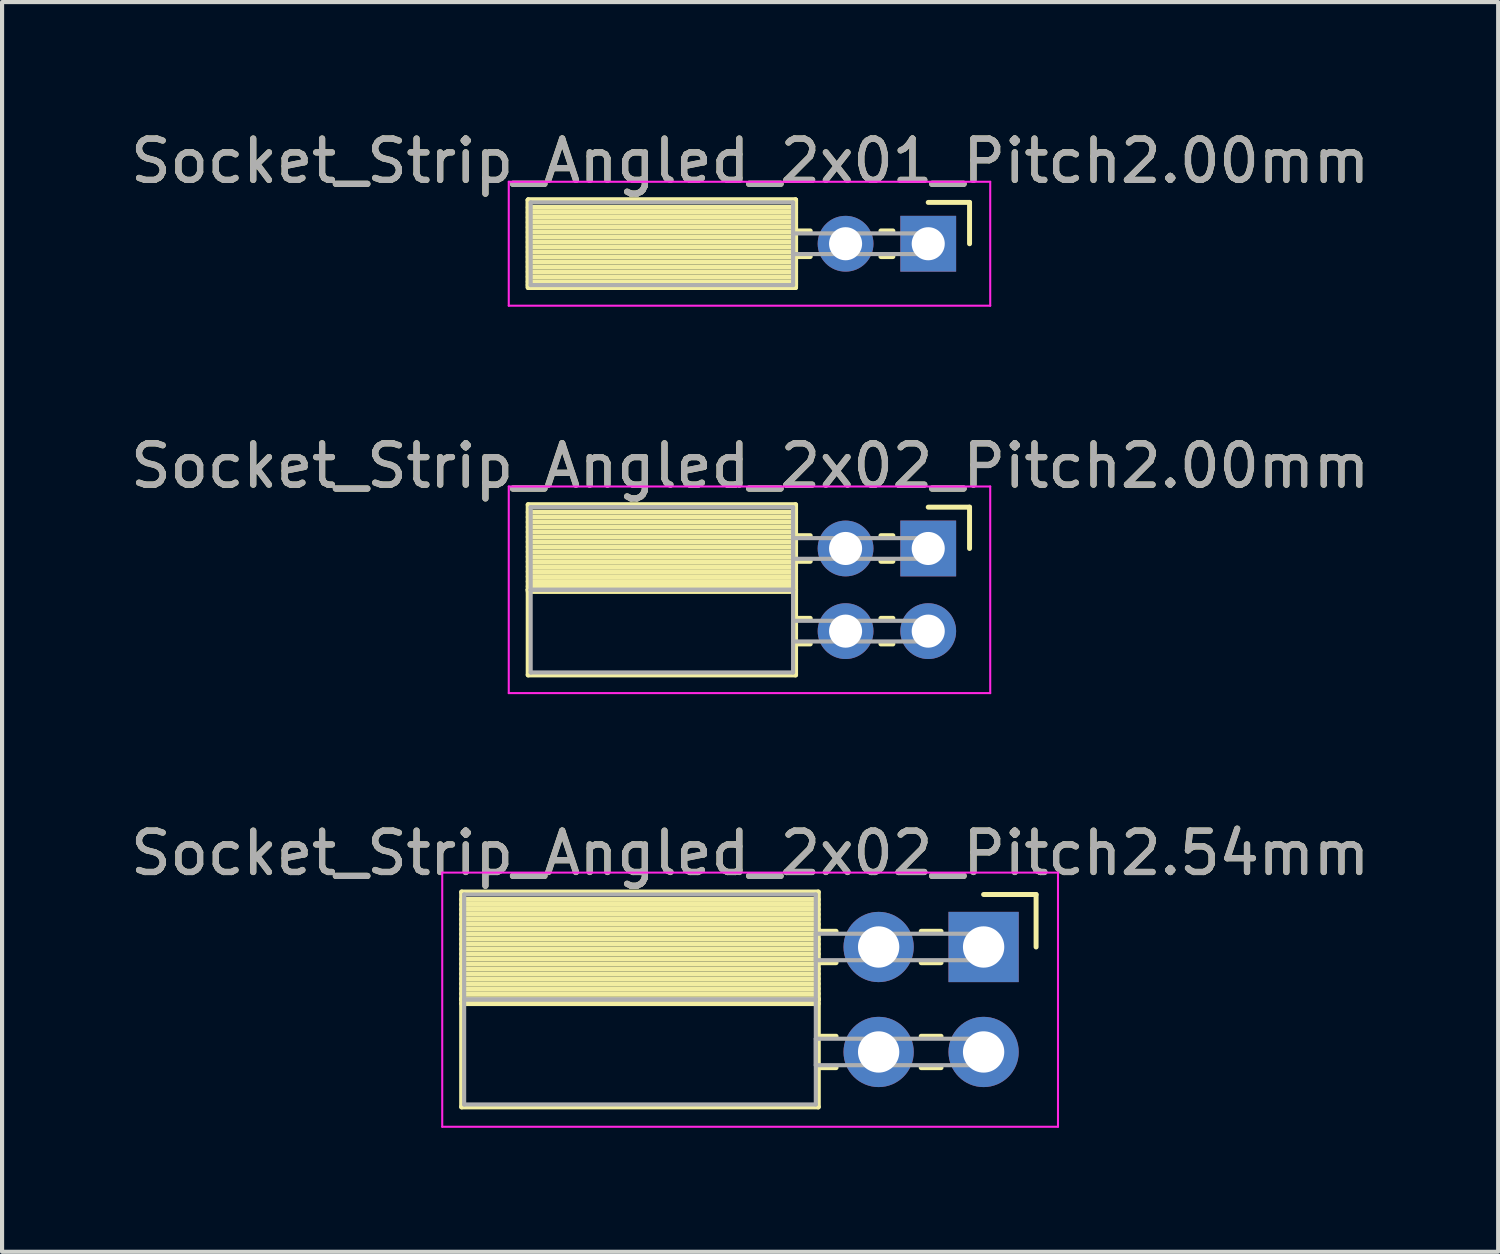
<source format=kicad_pcb>
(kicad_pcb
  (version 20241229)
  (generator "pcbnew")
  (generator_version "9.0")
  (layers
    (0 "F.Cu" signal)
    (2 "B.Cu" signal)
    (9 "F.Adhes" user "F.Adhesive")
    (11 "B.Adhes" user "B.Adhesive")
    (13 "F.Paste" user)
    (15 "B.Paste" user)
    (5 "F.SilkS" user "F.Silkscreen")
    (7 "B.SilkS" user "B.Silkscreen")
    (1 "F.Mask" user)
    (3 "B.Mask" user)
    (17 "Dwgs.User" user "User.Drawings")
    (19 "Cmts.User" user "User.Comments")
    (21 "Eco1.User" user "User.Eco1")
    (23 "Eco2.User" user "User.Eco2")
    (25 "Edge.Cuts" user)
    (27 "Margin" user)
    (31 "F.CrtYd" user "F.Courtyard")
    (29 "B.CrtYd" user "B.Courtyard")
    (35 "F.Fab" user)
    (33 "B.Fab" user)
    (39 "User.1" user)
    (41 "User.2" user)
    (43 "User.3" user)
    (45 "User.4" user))
  (footprint "Socket_Strip_Angled_2x02_Pitch2.00mm"
    (layer "F.Cu")
    (at 19.411 10.222)
    (property "Reference" "Socket_Strip_Angled_2x02_Pitch2.00mm" (at -4.31 -2 0) (layer "F.SilkS") (effects (font (size 1 1) (thickness 0.15))))
    (attr through_hole)
    (fp_line (start -9.68 -1.06) (end -3.21 -1.06) (stroke (width 0.12) (type solid)) (layer "F.SilkS"))
    (fp_line (start -9.68 1) (end -9.68 -1.06) (stroke (width 0.12) (type solid)) (layer "F.SilkS"))
    (fp_line (start -9.68 1) (end -3.21 1) (stroke (width 0.12) (type solid)) (layer "F.SilkS"))
    (fp_line (start -9.68 3.06) (end -9.68 1) (stroke (width 0.12) (type solid)) (layer "F.SilkS"))
    (fp_line (start -3.21 -1.06) (end -3.21 1) (stroke (width 0.12) (type solid)) (layer "F.SilkS"))
    (fp_line (start -3.21 -0.88) (end -9.68 -0.88) (stroke (width 0.12) (type solid)) (layer "F.SilkS"))
    (fp_line (start -3.21 -0.76) (end -9.68 -0.76) (stroke (width 0.12) (type solid)) (layer "F.SilkS"))
    (fp_line (start -3.21 -0.64) (end -9.68 -0.64) (stroke (width 0.12) (type solid)) (layer "F.SilkS"))
    (fp_line (start -3.21 -0.52) (end -9.68 -0.52) (stroke (width 0.12) (type solid)) (layer "F.SilkS"))
    (fp_line (start -3.21 -0.4) (end -9.68 -0.4) (stroke (width 0.12) (type solid)) (layer "F.SilkS"))
    (fp_line (start -3.21 -0.28) (end -9.68 -0.28) (stroke (width 0.12) (type solid)) (layer "F.SilkS"))
    (fp_line (start -3.21 -0.16) (end -9.68 -0.16) (stroke (width 0.12) (type solid)) (layer "F.SilkS"))
    (fp_line (start -3.21 -0.04) (end -9.68 -0.04) (stroke (width 0.12) (type solid)) (layer "F.SilkS"))
    (fp_line (start -3.21 0.08) (end -9.68 0.08) (stroke (width 0.12) (type solid)) (layer "F.SilkS"))
    (fp_line (start -3.21 0.2) (end -9.68 0.2) (stroke (width 0.12) (type solid)) (layer "F.SilkS"))
    (fp_line (start -3.21 0.32) (end -9.68 0.32) (stroke (width 0.12) (type solid)) (layer "F.SilkS"))
    (fp_line (start -3.21 0.44) (end -9.68 0.44) (stroke (width 0.12) (type solid)) (layer "F.SilkS"))
    (fp_line (start -3.21 0.56) (end -9.68 0.56) (stroke (width 0.12) (type solid)) (layer "F.SilkS"))
    (fp_line (start -3.21 0.68) (end -9.68 0.68) (stroke (width 0.12) (type solid)) (layer "F.SilkS"))
    (fp_line (start -3.21 0.8) (end -9.68 0.8) (stroke (width 0.12) (type solid)) (layer "F.SilkS"))
    (fp_line (start -3.21 0.92) (end -9.68 0.92) (stroke (width 0.12) (type solid)) (layer "F.SilkS"))
    (fp_line (start -3.21 1) (end -9.68 1) (stroke (width 0.12) (type solid)) (layer "F.SilkS"))
    (fp_line (start -3.21 1) (end -3.21 3.06) (stroke (width 0.12) (type solid)) (layer "F.SilkS"))
    (fp_line (start -3.21 1.04) (end -9.68 1.04) (stroke (width 0.12) (type solid)) (layer "F.SilkS"))
    (fp_line (start -3.21 3.06) (end -9.68 3.06) (stroke (width 0.12) (type solid)) (layer "F.SilkS"))
    (fp_line (start -2.855 -0.31) (end -3.21 -0.31) (stroke (width 0.12) (type solid)) (layer "F.SilkS"))
    (fp_line (start -2.855 0.31) (end -3.21 0.31) (stroke (width 0.12) (type solid)) (layer "F.SilkS"))
    (fp_line (start -2.855 1.69) (end -3.21 1.69) (stroke (width 0.12) (type solid)) (layer "F.SilkS"))
    (fp_line (start -2.855 2.31) (end -3.21 2.31) (stroke (width 0.12) (type solid)) (layer "F.SilkS"))
    (fp_line (start -0.855 -0.31) (end -1.145 -0.31) (stroke (width 0.12) (type solid)) (layer "F.SilkS"))
    (fp_line (start -0.855 0.31) (end -1.145 0.31) (stroke (width 0.12) (type solid)) (layer "F.SilkS"))
    (fp_line (start -0.855 1.69) (end -1.145 1.69) (stroke (width 0.12) (type solid)) (layer "F.SilkS"))
    (fp_line (start -0.855 2.31) (end -1.145 2.31) (stroke (width 0.12) (type solid)) (layer "F.SilkS"))
    (fp_line (start 0 -1) (end 1 -1) (stroke (width 0.12) (type solid)) (layer "F.SilkS"))
    (fp_line (start 1 -1) (end 1 0) (stroke (width 0.12) (type solid)) (layer "F.SilkS"))
    (fp_line (start -10.15 -1.5) (end 1.5 -1.5) (stroke (width 0.05) (type solid)) (layer "F.CrtYd"))
    (fp_line (start -10.15 3.5) (end -10.15 -1.5) (stroke (width 0.05) (type solid)) (layer "F.CrtYd"))
    (fp_line (start 1.5 -1.5) (end 1.5 3.5) (stroke (width 0.05) (type solid)) (layer "F.CrtYd"))
    (fp_line (start 1.5 3.5) (end -10.15 3.5) (stroke (width 0.05) (type solid)) (layer "F.CrtYd"))
    (fp_line (start -9.62 -1) (end -3.27 -1) (stroke (width 0.1) (type solid)) (layer "F.Fab"))
    (fp_line (start -9.62 1) (end -9.62 -1) (stroke (width 0.1) (type solid)) (layer "F.Fab"))
    (fp_line (start -9.62 1) (end -3.27 1) (stroke (width 0.1) (type solid)) (layer "F.Fab"))
    (fp_line (start -9.62 3) (end -9.62 1) (stroke (width 0.1) (type solid)) (layer "F.Fab"))
    (fp_line (start -3.27 -1) (end -3.27 1) (stroke (width 0.1) (type solid)) (layer "F.Fab"))
    (fp_line (start -3.27 -0.25) (end 0 -0.25) (stroke (width 0.1) (type solid)) (layer "F.Fab"))
    (fp_line (start -3.27 0.25) (end -3.27 -0.25) (stroke (width 0.1) (type solid)) (layer "F.Fab"))
    (fp_line (start -3.27 1) (end -9.62 1) (stroke (width 0.1) (type solid)) (layer "F.Fab"))
    (fp_line (start -3.27 1) (end -3.27 3) (stroke (width 0.1) (type solid)) (layer "F.Fab"))
    (fp_line (start -3.27 1.75) (end 0 1.75) (stroke (width 0.1) (type solid)) (layer "F.Fab"))
    (fp_line (start -3.27 2.25) (end -3.27 1.75) (stroke (width 0.1) (type solid)) (layer "F.Fab"))
    (fp_line (start -3.27 3) (end -9.62 3) (stroke (width 0.1) (type solid)) (layer "F.Fab"))
    (fp_line (start 0 -0.25) (end 0 0.25) (stroke (width 0.1) (type solid)) (layer "F.Fab"))
    (fp_line (start 0 0.25) (end -3.27 0.25) (stroke (width 0.1) (type solid)) (layer "F.Fab"))
    (fp_line (start 0 1.75) (end 0 2.25) (stroke (width 0.1) (type solid)) (layer "F.Fab"))
    (fp_line (start 0 2.25) (end -3.27 2.25) (stroke (width 0.1) (type solid)) (layer "F.Fab"))
    (fp_text user "${REFERENCE}" (at -4.31 -2 0) (layer "F.Fab") (effects (font (size 1 1) (thickness 0.15))))
    (pad "1" thru_hole rect (at 0 0) (size 1.35 1.35) (drill 0.8) (layers "*.Cu" "*.Mask"))
    (pad "2" thru_hole oval (at -2 0) (size 1.35 1.35) (drill 0.8) (layers "*.Cu" "*.Mask"))
    (pad "3" thru_hole oval (at 0 2) (size 1.35 1.35) (drill 0.8) (layers "*.Cu" "*.Mask"))
    (pad "4" thru_hole oval (at -2 2) (size 1.35 1.35) (drill 0.8) (layers "*.Cu" "*.Mask")))
  (footprint "Socket_Strip_Angled_2x01_Pitch2.00mm"
    (layer "F.Cu")
    (at 19.411 2.848)
    (property "Reference" "Socket_Strip_Angled_2x01_Pitch2.00mm" (at -4.31 -2 0) (layer "F.SilkS") (effects (font (size 1 1) (thickness 0.15))))
    (attr through_hole)
    (fp_line (start -9.68 -1.06) (end -3.21 -1.06) (stroke (width 0.12) (type solid)) (layer "F.SilkS"))
    (fp_line (start -9.68 -1.06) (end -3.21 -1.06) (stroke (width 0.12) (type solid)) (layer "F.SilkS"))
    (fp_line (start -9.68 1) (end -9.68 -1.06) (stroke (width 0.12) (type solid)) (layer "F.SilkS"))
    (fp_line (start -9.68 1.06) (end -9.68 -1.06) (stroke (width 0.12) (type solid)) (layer "F.SilkS"))
    (fp_line (start -3.21 -1.06) (end -3.21 1) (stroke (width 0.12) (type solid)) (layer "F.SilkS"))
    (fp_line (start -3.21 -1.06) (end -3.21 1.06) (stroke (width 0.12) (type solid)) (layer "F.SilkS"))
    (fp_line (start -3.21 -0.88) (end -9.68 -0.88) (stroke (width 0.12) (type solid)) (layer "F.SilkS"))
    (fp_line (start -3.21 -0.76) (end -9.68 -0.76) (stroke (width 0.12) (type solid)) (layer "F.SilkS"))
    (fp_line (start -3.21 -0.64) (end -9.68 -0.64) (stroke (width 0.12) (type solid)) (layer "F.SilkS"))
    (fp_line (start -3.21 -0.52) (end -9.68 -0.52) (stroke (width 0.12) (type solid)) (layer "F.SilkS"))
    (fp_line (start -3.21 -0.4) (end -9.68 -0.4) (stroke (width 0.12) (type solid)) (layer "F.SilkS"))
    (fp_line (start -3.21 -0.28) (end -9.68 -0.28) (stroke (width 0.12) (type solid)) (layer "F.SilkS"))
    (fp_line (start -3.21 -0.16) (end -9.68 -0.16) (stroke (width 0.12) (type solid)) (layer "F.SilkS"))
    (fp_line (start -3.21 -0.04) (end -9.68 -0.04) (stroke (width 0.12) (type solid)) (layer "F.SilkS"))
    (fp_line (start -3.21 0.08) (end -9.68 0.08) (stroke (width 0.12) (type solid)) (layer "F.SilkS"))
    (fp_line (start -3.21 0.2) (end -9.68 0.2) (stroke (width 0.12) (type solid)) (layer "F.SilkS"))
    (fp_line (start -3.21 0.32) (end -9.68 0.32) (stroke (width 0.12) (type solid)) (layer "F.SilkS"))
    (fp_line (start -3.21 0.44) (end -9.68 0.44) (stroke (width 0.12) (type solid)) (layer "F.SilkS"))
    (fp_line (start -3.21 0.56) (end -9.68 0.56) (stroke (width 0.12) (type solid)) (layer "F.SilkS"))
    (fp_line (start -3.21 0.68) (end -9.68 0.68) (stroke (width 0.12) (type solid)) (layer "F.SilkS"))
    (fp_line (start -3.21 0.8) (end -9.68 0.8) (stroke (width 0.12) (type solid)) (layer "F.SilkS"))
    (fp_line (start -3.21 0.92) (end -9.68 0.92) (stroke (width 0.12) (type solid)) (layer "F.SilkS"))
    (fp_line (start -3.21 1) (end -9.68 1) (stroke (width 0.12) (type solid)) (layer "F.SilkS"))
    (fp_line (start -3.21 1.04) (end -9.68 1.04) (stroke (width 0.12) (type solid)) (layer "F.SilkS"))
    (fp_line (start -3.21 1.06) (end -9.68 1.06) (stroke (width 0.12) (type solid)) (layer "F.SilkS"))
    (fp_line (start -2.855 -0.31) (end -3.21 -0.31) (stroke (width 0.12) (type solid)) (layer "F.SilkS"))
    (fp_line (start -2.855 0.31) (end -3.21 0.31) (stroke (width 0.12) (type solid)) (layer "F.SilkS"))
    (fp_line (start -0.855 -0.31) (end -1.145 -0.31) (stroke (width 0.12) (type solid)) (layer "F.SilkS"))
    (fp_line (start -0.855 0.31) (end -1.145 0.31) (stroke (width 0.12) (type solid)) (layer "F.SilkS"))
    (fp_line (start 0 -1) (end 1 -1) (stroke (width 0.12) (type solid)) (layer "F.SilkS"))
    (fp_line (start 1 -1) (end 1 0) (stroke (width 0.12) (type solid)) (layer "F.SilkS"))
    (fp_line (start -10.15 -1.5) (end 1.5 -1.5) (stroke (width 0.05) (type solid)) (layer "F.CrtYd"))
    (fp_line (start -10.15 1.5) (end -10.15 -1.5) (stroke (width 0.05) (type solid)) (layer "F.CrtYd"))
    (fp_line (start 1.5 -1.5) (end 1.5 1.5) (stroke (width 0.05) (type solid)) (layer "F.CrtYd"))
    (fp_line (start 1.5 1.5) (end -10.15 1.5) (stroke (width 0.05) (type solid)) (layer "F.CrtYd"))
    (fp_line (start -9.62 -1) (end -3.27 -1) (stroke (width 0.1) (type solid)) (layer "F.Fab"))
    (fp_line (start -9.62 1) (end -9.62 -1) (stroke (width 0.1) (type solid)) (layer "F.Fab"))
    (fp_line (start -3.27 -1) (end -3.27 1) (stroke (width 0.1) (type solid)) (layer "F.Fab"))
    (fp_line (start -3.27 -0.25) (end 0 -0.25) (stroke (width 0.1) (type solid)) (layer "F.Fab"))
    (fp_line (start -3.27 0.25) (end -3.27 -0.25) (stroke (width 0.1) (type solid)) (layer "F.Fab"))
    (fp_line (start -3.27 1) (end -9.62 1) (stroke (width 0.1) (type solid)) (layer "F.Fab"))
    (fp_line (start 0 -0.25) (end 0 0.25) (stroke (width 0.1) (type solid)) (layer "F.Fab"))
    (fp_line (start 0 0.25) (end -3.27 0.25) (stroke (width 0.1) (type solid)) (layer "F.Fab"))
    (fp_text user "${REFERENCE}" (at -4.31 -2 0) (layer "F.Fab") (effects (font (size 1 1) (thickness 0.15))))
    (pad "1" thru_hole rect (at 0 0) (size 1.35 1.35) (drill 0.8) (layers "*.Cu" "*.Mask"))
    (pad "2" thru_hole oval (at -2 0) (size 1.35 1.35) (drill 0.8) (layers "*.Cu" "*.Mask")))
  (footprint "Socket_Strip_Angled_2x02_Pitch2.54mm"
    (layer "F.Cu")
    (at 20.751 19.865)
    (property "Reference" "Socket_Strip_Angled_2x02_Pitch2.54mm" (at -5.65 -2.27 0) (layer "F.SilkS") (effects (font (size 1 1) (thickness 0.15))))
    (attr through_hole)
    (fp_line (start -12.63 -1.33) (end -4 -1.33) (stroke (width 0.12) (type solid)) (layer "F.SilkS"))
    (fp_line (start -12.63 1.27) (end -12.63 -1.33) (stroke (width 0.12) (type solid)) (layer "F.SilkS"))
    (fp_line (start -12.63 1.27) (end -4 1.27) (stroke (width 0.12) (type solid)) (layer "F.SilkS"))
    (fp_line (start -12.63 3.87) (end -12.63 1.27) (stroke (width 0.12) (type solid)) (layer "F.SilkS"))
    (fp_line (start -4 -1.33) (end -4 1.27) (stroke (width 0.12) (type solid)) (layer "F.SilkS"))
    (fp_line (start -4 -1.15) (end -12.63 -1.15) (stroke (width 0.12) (type solid)) (layer "F.SilkS"))
    (fp_line (start -4 -1.03) (end -12.63 -1.03) (stroke (width 0.12) (type solid)) (layer "F.SilkS"))
    (fp_line (start -4 -0.91) (end -12.63 -0.91) (stroke (width 0.12) (type solid)) (layer "F.SilkS"))
    (fp_line (start -4 -0.79) (end -12.63 -0.79) (stroke (width 0.12) (type solid)) (layer "F.SilkS"))
    (fp_line (start -4 -0.67) (end -12.63 -0.67) (stroke (width 0.12) (type solid)) (layer "F.SilkS"))
    (fp_line (start -4 -0.55) (end -12.63 -0.55) (stroke (width 0.12) (type solid)) (layer "F.SilkS"))
    (fp_line (start -4 -0.43) (end -12.63 -0.43) (stroke (width 0.12) (type solid)) (layer "F.SilkS"))
    (fp_line (start -4 -0.31) (end -12.63 -0.31) (stroke (width 0.12) (type solid)) (layer "F.SilkS"))
    (fp_line (start -4 -0.19) (end -12.63 -0.19) (stroke (width 0.12) (type solid)) (layer "F.SilkS"))
    (fp_line (start -4 -0.07) (end -12.63 -0.07) (stroke (width 0.12) (type solid)) (layer "F.SilkS"))
    (fp_line (start -4 0.05) (end -12.63 0.05) (stroke (width 0.12) (type solid)) (layer "F.SilkS"))
    (fp_line (start -4 0.17) (end -12.63 0.17) (stroke (width 0.12) (type solid)) (layer "F.SilkS"))
    (fp_line (start -4 0.29) (end -12.63 0.29) (stroke (width 0.12) (type solid)) (layer "F.SilkS"))
    (fp_line (start -4 0.41) (end -12.63 0.41) (stroke (width 0.12) (type solid)) (layer "F.SilkS"))
    (fp_line (start -4 0.53) (end -12.63 0.53) (stroke (width 0.12) (type solid)) (layer "F.SilkS"))
    (fp_line (start -4 0.65) (end -12.63 0.65) (stroke (width 0.12) (type solid)) (layer "F.SilkS"))
    (fp_line (start -4 0.77) (end -12.63 0.77) (stroke (width 0.12) (type solid)) (layer "F.SilkS"))
    (fp_line (start -4 0.89) (end -12.63 0.89) (stroke (width 0.12) (type solid)) (layer "F.SilkS"))
    (fp_line (start -4 1.01) (end -12.63 1.01) (stroke (width 0.12) (type solid)) (layer "F.SilkS"))
    (fp_line (start -4 1.13) (end -12.63 1.13) (stroke (width 0.12) (type solid)) (layer "F.SilkS"))
    (fp_line (start -4 1.25) (end -12.63 1.25) (stroke (width 0.12) (type solid)) (layer "F.SilkS"))
    (fp_line (start -4 1.27) (end -12.63 1.27) (stroke (width 0.12) (type solid)) (layer "F.SilkS"))
    (fp_line (start -4 1.27) (end -4 3.87) (stroke (width 0.12) (type solid)) (layer "F.SilkS"))
    (fp_line (start -4 1.37) (end -12.63 1.37) (stroke (width 0.12) (type solid)) (layer "F.SilkS"))
    (fp_line (start -4 3.87) (end -12.63 3.87) (stroke (width 0.12) (type solid)) (layer "F.SilkS"))
    (fp_line (start -3.57 -0.38) (end -4 -0.38) (stroke (width 0.12) (type solid)) (layer "F.SilkS"))
    (fp_line (start -3.57 0.38) (end -4 0.38) (stroke (width 0.12) (type solid)) (layer "F.SilkS"))
    (fp_line (start -3.57 2.16) (end -4 2.16) (stroke (width 0.12) (type solid)) (layer "F.SilkS"))
    (fp_line (start -3.57 2.92) (end -4 2.92) (stroke (width 0.12) (type solid)) (layer "F.SilkS"))
    (fp_line (start -1.03 -0.38) (end -1.51 -0.38) (stroke (width 0.12) (type solid)) (layer "F.SilkS"))
    (fp_line (start -1.03 0.38) (end -1.51 0.38) (stroke (width 0.12) (type solid)) (layer "F.SilkS"))
    (fp_line (start -1.03 2.16) (end -1.51 2.16) (stroke (width 0.12) (type solid)) (layer "F.SilkS"))
    (fp_line (start -1.03 2.92) (end -1.51 2.92) (stroke (width 0.12) (type solid)) (layer "F.SilkS"))
    (fp_line (start 0 -1.27) (end 1.27 -1.27) (stroke (width 0.12) (type solid)) (layer "F.SilkS"))
    (fp_line (start 1.27 -1.27) (end 1.27 0) (stroke (width 0.12) (type solid)) (layer "F.SilkS"))
    (fp_line (start -13.1 -1.8) (end 1.8 -1.8) (stroke (width 0.05) (type solid)) (layer "F.CrtYd"))
    (fp_line (start -13.1 4.35) (end -13.1 -1.8) (stroke (width 0.05) (type solid)) (layer "F.CrtYd"))
    (fp_line (start 1.8 -1.8) (end 1.8 4.35) (stroke (width 0.05) (type solid)) (layer "F.CrtYd"))
    (fp_line (start 1.8 4.35) (end -13.1 4.35) (stroke (width 0.05) (type solid)) (layer "F.CrtYd"))
    (fp_line (start -12.57 -1.27) (end -4.06 -1.27) (stroke (width 0.1) (type solid)) (layer "F.Fab"))
    (fp_line (start -12.57 1.27) (end -12.57 -1.27) (stroke (width 0.1) (type solid)) (layer "F.Fab"))
    (fp_line (start -12.57 1.27) (end -4.06 1.27) (stroke (width 0.1) (type solid)) (layer "F.Fab"))
    (fp_line (start -12.57 3.81) (end -12.57 1.27) (stroke (width 0.1) (type solid)) (layer "F.Fab"))
    (fp_line (start -4.06 -1.27) (end -4.06 1.27) (stroke (width 0.1) (type solid)) (layer "F.Fab"))
    (fp_line (start -4.06 -0.32) (end 0 -0.32) (stroke (width 0.1) (type solid)) (layer "F.Fab"))
    (fp_line (start -4.06 0.32) (end -4.06 -0.32) (stroke (width 0.1) (type solid)) (layer "F.Fab"))
    (fp_line (start -4.06 1.27) (end -12.57 1.27) (stroke (width 0.1) (type solid)) (layer "F.Fab"))
    (fp_line (start -4.06 1.27) (end -4.06 3.81) (stroke (width 0.1) (type solid)) (layer "F.Fab"))
    (fp_line (start -4.06 2.22) (end 0 2.22) (stroke (width 0.1) (type solid)) (layer "F.Fab"))
    (fp_line (start -4.06 2.86) (end -4.06 2.22) (stroke (width 0.1) (type solid)) (layer "F.Fab"))
    (fp_line (start -4.06 3.81) (end -12.57 3.81) (stroke (width 0.1) (type solid)) (layer "F.Fab"))
    (fp_line (start 0 -0.32) (end 0 0.32) (stroke (width 0.1) (type solid)) (layer "F.Fab"))
    (fp_line (start 0 0.32) (end -4.06 0.32) (stroke (width 0.1) (type solid)) (layer "F.Fab"))
    (fp_line (start 0 2.22) (end 0 2.86) (stroke (width 0.1) (type solid)) (layer "F.Fab"))
    (fp_line (start 0 2.86) (end -4.06 2.86) (stroke (width 0.1) (type solid)) (layer "F.Fab"))
    (fp_text user "${REFERENCE}" (at -5.65 -2.27 0) (layer "F.Fab") (effects (font (size 1 1) (thickness 0.15))))
    (pad "1" thru_hole rect (at 0 0) (size 1.7 1.7) (drill 1) (layers "*.Cu" "*.Mask"))
    (pad "2" thru_hole oval (at -2.54 0) (size 1.7 1.7) (drill 1) (layers "*.Cu" "*.Mask"))
    (pad "3" thru_hole oval (at 0 2.54) (size 1.7 1.7) (drill 1) (layers "*.Cu" "*.Mask"))
    (pad "4" thru_hole oval (at -2.54 2.54) (size 1.7 1.7) (drill 1) (layers "*.Cu" "*.Mask")))
  (gr_rect
    (start -3 -3)
    (end 33.202 27.24)
    (stroke (width 0.1) (type default))
    (fill no)
    (layer "Edge.Cuts")))
</source>
